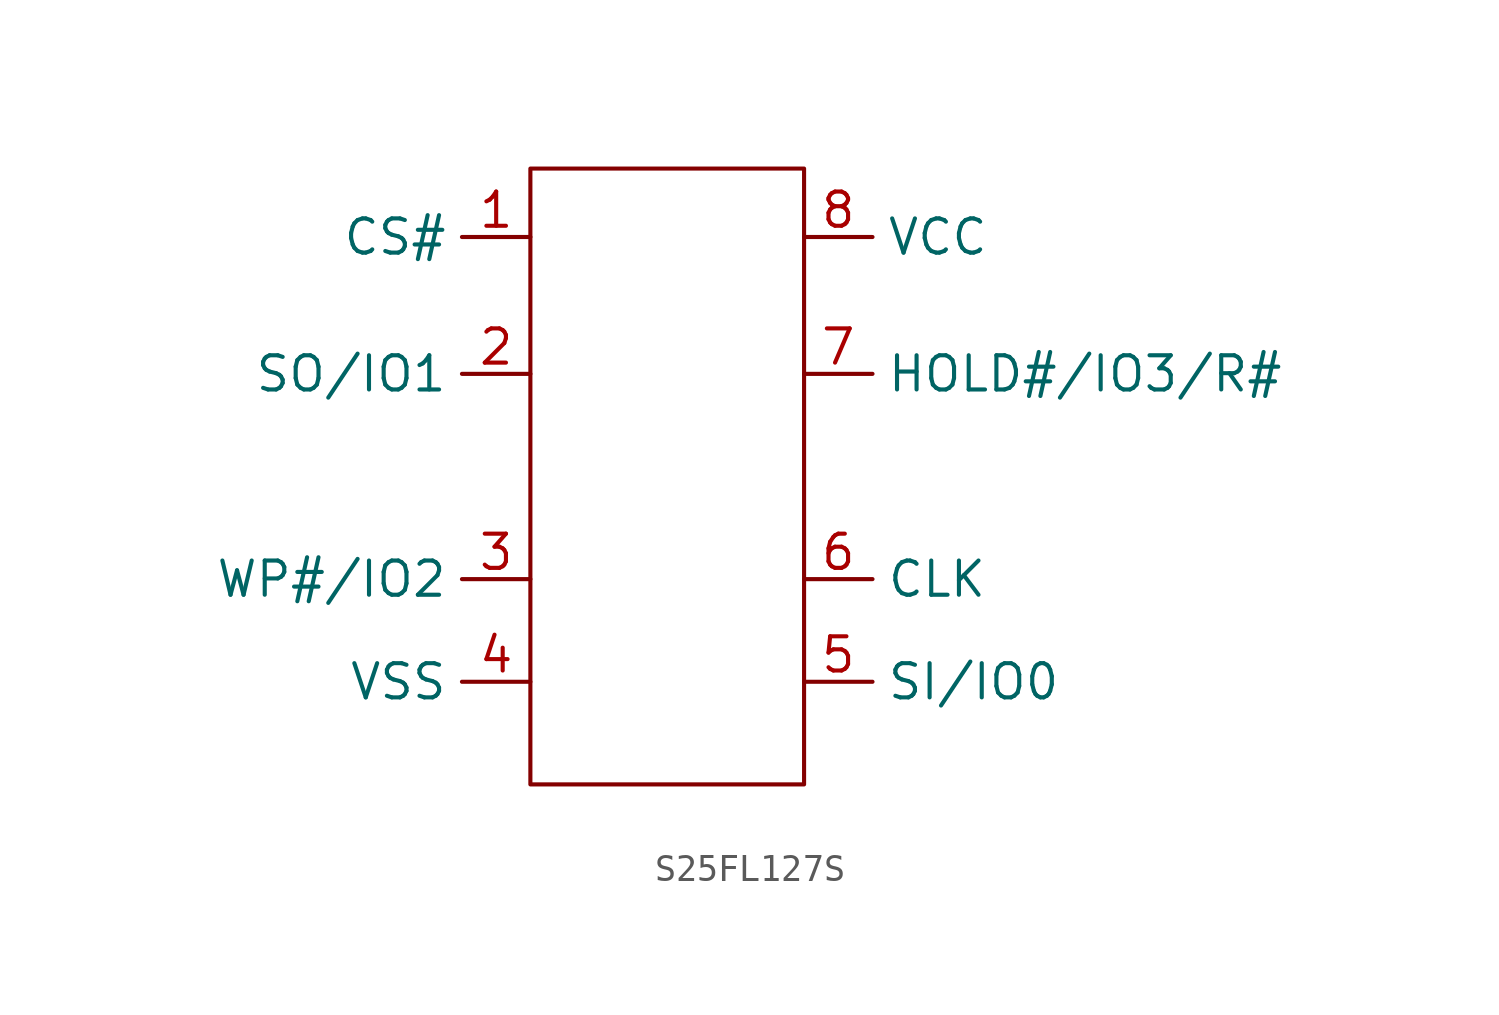
<source format=kicad_sym>
(kicad_symbol_lib
  (version 20241209)
  (generator "kicad_symbol_editor")
  (generator_version "9.0")
  (symbol "S25FL127S"
    (property "Reference" "U"
      (at 0 0 0)
      (effects (font (size 1.27 1.27)) (hide yes)))
    (property "Value" ""
      (at 0 0 0)
      (effects (font (size 1.27 1.27))))
    (symbol "S25FL127S_0_1"
      (rectangle (start -5.08 11.43) (end 5.08 -11.43) (stroke (width 0) (type default)) (fill (type none))))
    (symbol "S25FL127S_1_1"
      (pin input line (at -5.08 8.89 180) (length 2.54) (name "CS#" (effects (font (size 1.27 1.27)))) (number "1" (effects (font (size 1.27 1.27)))))
      (pin bidirectional line (at -5.08 3.81 180) (length 2.54) (name "SO/IO1" (effects (font (size 1.27 1.27)))) (number "2" (effects (font (size 1.27 1.27)))))
      (pin bidirectional line (at -5.08 -3.81 180) (length 2.54) (name "WP#/IO2" (effects (font (size 1.27 1.27)))) (number "3" (effects (font (size 1.27 1.27)))))
      (pin input line (at -5.08 -7.62 180) (length 2.54) (name "VSS" (effects (font (size 1.27 1.27)))) (number "4" (effects (font (size 1.27 1.27)))))
      (pin input line (at 5.08 8.89 0) (length 2.54) (name "VCC" (effects (font (size 1.27 1.27)))) (number "8" (effects (font (size 1.27 1.27)))))
      (pin bidirectional line (at 5.08 3.81 0) (length 2.54) (name "HOLD#/IO3/R#" (effects (font (size 1.27 1.27)))) (number "7" (effects (font (size 1.27 1.27)))))
      (pin input line (at 5.08 -3.81 0) (length 2.54) (name "CLK" (effects (font (size 1.27 1.27)))) (number "6" (effects (font (size 1.27 1.27)))))
      (pin bidirectional line (at 5.08 -7.62 0) (length 2.54) (name "SI/IO0" (effects (font (size 1.27 1.27)))) (number "5" (effects (font (size 1.27 1.27))))))))
</source>
